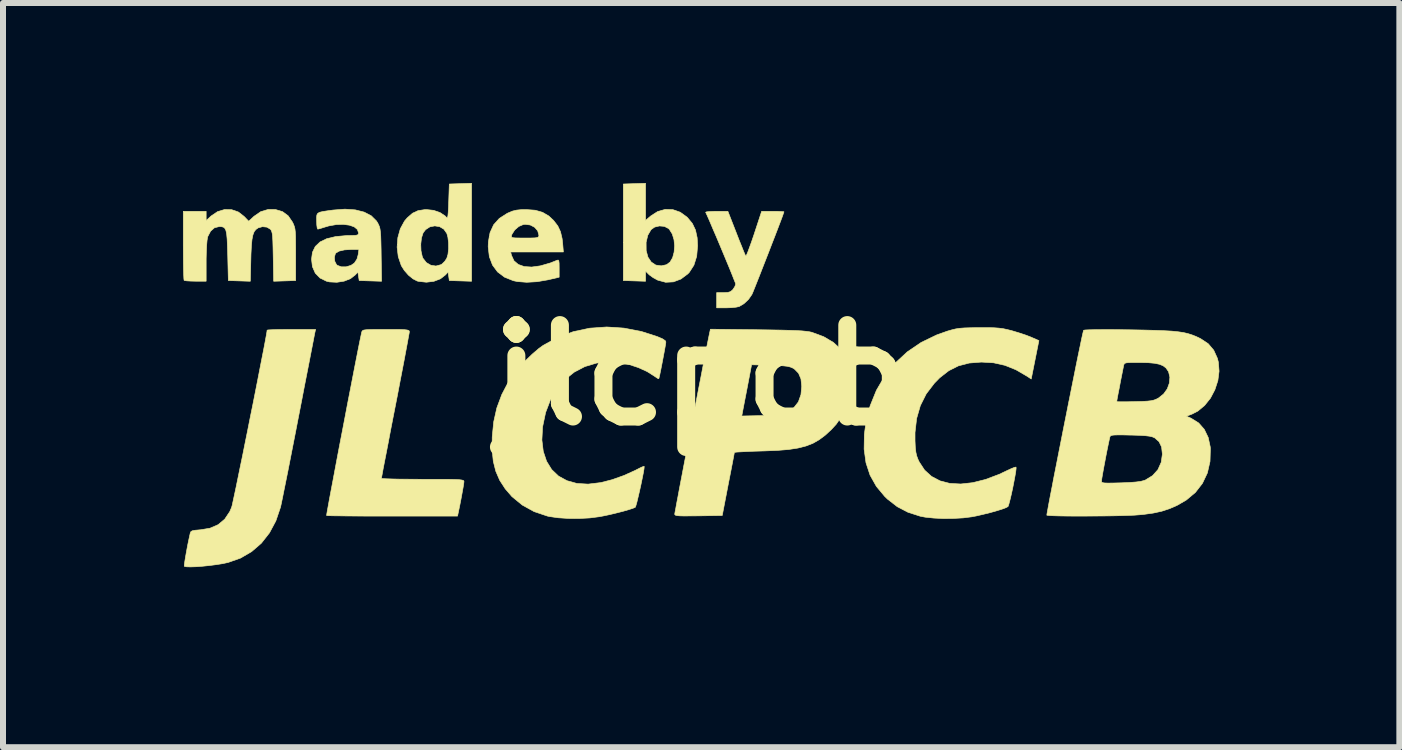
<source format=kicad_pcb>
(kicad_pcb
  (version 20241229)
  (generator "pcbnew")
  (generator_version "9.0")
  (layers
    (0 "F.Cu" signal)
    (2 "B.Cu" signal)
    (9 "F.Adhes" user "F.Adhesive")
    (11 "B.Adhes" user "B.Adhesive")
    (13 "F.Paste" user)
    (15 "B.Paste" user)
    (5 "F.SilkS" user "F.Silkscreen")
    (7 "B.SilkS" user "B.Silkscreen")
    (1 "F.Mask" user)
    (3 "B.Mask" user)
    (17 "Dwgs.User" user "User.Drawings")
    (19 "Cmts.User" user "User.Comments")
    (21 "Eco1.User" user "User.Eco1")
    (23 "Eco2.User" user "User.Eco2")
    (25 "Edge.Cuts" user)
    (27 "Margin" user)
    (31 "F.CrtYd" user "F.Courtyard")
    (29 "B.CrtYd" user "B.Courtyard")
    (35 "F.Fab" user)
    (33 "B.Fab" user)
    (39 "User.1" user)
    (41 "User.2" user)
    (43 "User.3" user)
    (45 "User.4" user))
  (footprint "jlcpcb"
    (layer "F.Cu")
    (at 8.641 3.203)
    (property "Reference" "jlcpcb" (at 0 0 0) (layer "F.SilkS") (effects (font (size 1.524 1.524) (thickness 0.3))))
    (attr exclude_from_pos_files exclude_from_bom)
    (fp_poly (pts (xy -0.931 -2.579) (xy -0.845 -2.653) (xy -0.728 -2.728) (xy -0.603 -2.763) (xy -0.476 -2.759) (xy -0.353 -2.716) (xy -0.24 -2.634) (xy -0.232 -2.626) (xy -0.151 -2.528) (xy -0.099 -2.419) (xy -0.071 -2.29) (xy -0.064 -2.156) (xy -0.079 -1.981) (xy -0.125 -1.834) (xy -0.202 -1.714) (xy -0.227 -1.688) (xy -0.342 -1.602) (xy -0.467 -1.555) (xy -0.596 -1.548) (xy -0.726 -1.583) (xy -0.735 -1.587) (xy -0.804 -1.625) (xy -0.865 -1.669) (xy -0.878 -1.681) (xy -0.931 -1.734) (xy -0.931 -1.565) (xy -1.117 -1.571) (xy -1.302 -1.577) (xy -1.302 -2.213) (xy -0.922 -2.213) (xy -0.921 -2.08) (xy -0.921 -2.077) (xy -0.891 -1.966) (xy -0.836 -1.885) (xy -0.761 -1.835) (xy -0.67 -1.822) (xy -0.582 -1.841) (xy -0.523 -1.885) (xy -0.48 -1.958) (xy -0.455 -2.051) (xy -0.447 -2.155) (xy -0.457 -2.258) (xy -0.486 -2.353) (xy -0.534 -2.43) (xy -0.55 -2.445) (xy -0.618 -2.48) (xy -0.7 -2.487) (xy -0.78 -2.468) (xy -0.839 -2.426) (xy -0.894 -2.332) (xy -0.922 -2.213) (xy -1.302 -2.213) (xy -1.302 -3.186) (xy -1.117 -3.192) (xy -0.931 -3.198) (xy -0.931 -2.579)) (stroke (width 0.01) (type solid)) (fill yes) (layer "F.SilkS"))
    (fp_poly (pts (xy -3.831 -1.565) (xy -4.016 -1.571) (xy -4.202 -1.577) (xy -4.212 -1.648) (xy -4.223 -1.719) (xy -4.265 -1.672) (xy -4.35 -1.606) (xy -4.46 -1.564) (xy -4.584 -1.549) (xy -4.712 -1.563) (xy -4.737 -1.569) (xy -4.807 -1.605) (xy -4.883 -1.667) (xy -4.952 -1.746) (xy -5.002 -1.825) (xy -5.053 -1.975) (xy -5.072 -2.133) (xy -5.068 -2.182) (xy -4.678 -2.182) (xy -4.674 -2.073) (xy -4.653 -1.977) (xy -4.641 -1.948) (xy -4.585 -1.876) (xy -4.509 -1.832) (xy -4.425 -1.819) (xy -4.343 -1.841) (xy -4.323 -1.853) (xy -4.278 -1.897) (xy -4.244 -1.948) (xy -4.224 -2.015) (xy -4.214 -2.107) (xy -4.215 -2.207) (xy -4.226 -2.301) (xy -4.243 -2.362) (xy -4.293 -2.433) (xy -4.363 -2.475) (xy -4.444 -2.488) (xy -4.526 -2.472) (xy -4.597 -2.426) (xy -4.639 -2.371) (xy -4.666 -2.287) (xy -4.678 -2.182) (xy -5.068 -2.182) (xy -5.06 -2.291) (xy -5.019 -2.439) (xy -4.949 -2.568) (xy -4.904 -2.621) (xy -4.815 -2.699) (xy -4.723 -2.742) (xy -4.612 -2.759) (xy -4.583 -2.76) (xy -4.463 -2.747) (xy -4.355 -2.709) (xy -4.271 -2.653) (xy -4.253 -2.633) (xy -4.241 -2.623) (xy -4.232 -2.63) (xy -4.225 -2.659) (xy -4.22 -2.716) (xy -4.215 -2.806) (xy -4.212 -2.891) (xy -4.202 -3.186) (xy -4.016 -3.192) (xy -3.831 -3.198) (xy -3.831 -1.565)) (stroke (width 0.01) (type solid)) (fill yes) (layer "F.SilkS"))
    (fp_poly (pts (xy -2.77 -2.749) (xy -2.648 -2.714) (xy -2.544 -2.653) (xy -2.464 -2.578) (xy -2.394 -2.487) (xy -2.349 -2.391) (xy -2.322 -2.276) (xy -2.313 -2.198) (xy -2.301 -2.053) (xy -3.18 -2.053) (xy -3.165 -1.995) (xy -3.124 -1.906) (xy -3.052 -1.845) (xy -2.953 -1.81) (xy -2.829 -1.802) (xy -2.684 -1.822) (xy -2.521 -1.869) (xy -2.408 -1.914) (xy -2.388 -1.919) (xy -2.377 -1.906) (xy -2.372 -1.867) (xy -2.371 -1.794) (xy -2.371 -1.782) (xy -2.371 -1.633) (xy -2.558 -1.589) (xy -2.738 -1.558) (xy -2.911 -1.548) (xy -3.066 -1.56) (xy -3.134 -1.574) (xy -3.281 -1.633) (xy -3.397 -1.72) (xy -3.482 -1.835) (xy -3.535 -1.975) (xy -3.554 -2.14) (xy -3.551 -2.22) (xy -3.535 -2.313) (xy -3.168 -2.313) (xy -3.164 -2.299) (xy -3.142 -2.291) (xy -3.097 -2.287) (xy -3.022 -2.286) (xy -2.944 -2.286) (xy -2.842 -2.286) (xy -2.774 -2.288) (xy -2.735 -2.294) (xy -2.716 -2.304) (xy -2.71 -2.32) (xy -2.709 -2.334) (xy -2.729 -2.406) (xy -2.78 -2.465) (xy -2.853 -2.503) (xy -2.939 -2.514) (xy -2.97 -2.51) (xy -3.043 -2.479) (xy -3.111 -2.421) (xy -3.157 -2.35) (xy -3.163 -2.334) (xy -3.168 -2.313) (xy -3.535 -2.313) (xy -3.523 -2.376) (xy -3.463 -2.507) (xy -3.368 -2.613) (xy -3.237 -2.697) (xy -3.217 -2.706) (xy -3.147 -2.735) (xy -3.08 -2.751) (xy -3 -2.759) (xy -2.921 -2.76) (xy -2.77 -2.749)) (stroke (width 0.01) (type solid)) (fill yes) (layer "F.SilkS"))
    (fp_poly (pts (xy 0.584 -2.365) (xy 0.629 -2.249) (xy 0.671 -2.146) (xy 0.704 -2.063) (xy 0.728 -2.007) (xy 0.739 -1.985) (xy 0.75 -1.999) (xy 0.771 -2.047) (xy 0.8 -2.125) (xy 0.836 -2.224) (xy 0.876 -2.341) (xy 0.879 -2.35) (xy 1.004 -2.731) (xy 1.19 -2.731) (xy 1.273 -2.73) (xy 1.337 -2.727) (xy 1.372 -2.724) (xy 1.376 -2.722) (xy 1.368 -2.699) (xy 1.348 -2.642) (xy 1.316 -2.557) (xy 1.275 -2.449) (xy 1.227 -2.324) (xy 1.174 -2.188) (xy 1.119 -2.045) (xy 1.063 -1.902) (xy 1.009 -1.764) (xy 0.959 -1.636) (xy 0.915 -1.525) (xy 0.879 -1.435) (xy 0.854 -1.373) (xy 0.841 -1.344) (xy 0.784 -1.262) (xy 0.708 -1.191) (xy 0.629 -1.144) (xy 0.628 -1.144) (xy 0.577 -1.133) (xy 0.501 -1.125) (xy 0.414 -1.122) (xy 0.411 -1.122) (xy 0.254 -1.122) (xy 0.254 -1.376) (xy 0.369 -1.376) (xy 0.44 -1.379) (xy 0.484 -1.392) (xy 0.517 -1.419) (xy 0.528 -1.432) (xy 0.558 -1.479) (xy 0.571 -1.517) (xy 0.572 -1.518) (xy 0.564 -1.542) (xy 0.541 -1.599) (xy 0.508 -1.683) (xy 0.465 -1.789) (xy 0.415 -1.909) (xy 0.361 -2.039) (xy 0.305 -2.173) (xy 0.25 -2.304) (xy 0.197 -2.426) (xy 0.151 -2.535) (xy 0.113 -2.623) (xy 0.085 -2.685) (xy 0.07 -2.715) (xy 0.086 -2.722) (xy 0.134 -2.727) (xy 0.208 -2.73) (xy 0.251 -2.731) (xy 0.441 -2.731) (xy 0.584 -2.365)) (stroke (width 0.01) (type solid)) (fill yes) (layer "F.SilkS"))
    (fp_poly (pts (xy -7.1 -2.761) (xy -6.981 -2.725) (xy -6.888 -2.656) (xy -6.816 -2.551) (xy -6.816 -2.551) (xy -6.798 -2.513) (xy -6.785 -2.478) (xy -6.775 -2.438) (xy -6.769 -2.387) (xy -6.765 -2.318) (xy -6.764 -2.223) (xy -6.763 -2.097) (xy -6.763 -2.011) (xy -6.763 -1.577) (xy -7.13 -1.565) (xy -7.137 -1.976) (xy -7.14 -2.12) (xy -7.143 -2.227) (xy -7.147 -2.305) (xy -7.153 -2.358) (xy -7.162 -2.394) (xy -7.173 -2.418) (xy -7.184 -2.432) (xy -7.242 -2.467) (xy -7.316 -2.475) (xy -7.388 -2.455) (xy -7.426 -2.428) (xy -7.455 -2.391) (xy -7.476 -2.336) (xy -7.491 -2.26) (xy -7.501 -2.155) (xy -7.508 -2.016) (xy -7.51 -1.931) (xy -7.519 -1.565) (xy -7.702 -1.571) (xy -7.885 -1.577) (xy -7.895 -1.992) (xy -7.9 -2.147) (xy -7.905 -2.265) (xy -7.913 -2.351) (xy -7.925 -2.41) (xy -7.943 -2.447) (xy -7.967 -2.467) (xy -8 -2.475) (xy -8.036 -2.477) (xy -8.116 -2.457) (xy -8.181 -2.4) (xy -8.227 -2.312) (xy -8.232 -2.294) (xy -8.24 -2.244) (xy -8.247 -2.161) (xy -8.252 -2.056) (xy -8.255 -1.938) (xy -8.255 -1.889) (xy -8.255 -1.566) (xy -8.431 -1.566) (xy -8.514 -1.568) (xy -8.58 -1.572) (xy -8.617 -1.578) (xy -8.622 -1.58) (xy -8.626 -1.605) (xy -8.629 -1.665) (xy -8.632 -1.757) (xy -8.634 -1.874) (xy -8.635 -2.011) (xy -8.636 -2.162) (xy -8.636 -2.731) (xy -8.255 -2.731) (xy -8.255 -2.577) (xy -8.172 -2.653) (xy -8.064 -2.726) (xy -7.947 -2.761) (xy -7.829 -2.758) (xy -7.717 -2.719) (xy -7.622 -2.645) (xy -7.546 -2.566) (xy -7.458 -2.647) (xy -7.345 -2.725) (xy -7.221 -2.762) (xy -7.1 -2.761)) (stroke (width 0.01) (type solid)) (fill yes) (layer "F.SilkS"))
    (fp_poly (pts (xy -5.769 -2.755) (xy -5.622 -2.718) (xy -5.504 -2.657) (xy -5.418 -2.572) (xy -5.397 -2.54) (xy -5.38 -2.506) (xy -5.366 -2.473) (xy -5.357 -2.435) (xy -5.35 -2.384) (xy -5.345 -2.315) (xy -5.342 -2.22) (xy -5.339 -2.093) (xy -5.338 -2.005) (xy -5.331 -1.565) (xy -5.518 -1.571) (xy -5.704 -1.577) (xy -5.715 -1.648) (xy -5.726 -1.719) (xy -5.768 -1.672) (xy -5.849 -1.609) (xy -5.955 -1.567) (xy -6.076 -1.548) (xy -6.197 -1.554) (xy -6.249 -1.566) (xy -6.357 -1.619) (xy -6.436 -1.7) (xy -6.484 -1.809) (xy -6.498 -1.93) (xy -6.494 -1.966) (xy -6.118 -1.966) (xy -6.111 -1.898) (xy -6.083 -1.843) (xy -6.07 -1.831) (xy -6.003 -1.806) (xy -5.921 -1.806) (xy -5.841 -1.83) (xy -5.785 -1.868) (xy -5.741 -1.935) (xy -5.721 -2.008) (xy -5.709 -2.095) (xy -5.838 -2.095) (xy -5.95 -2.088) (xy -6.037 -2.068) (xy -6.092 -2.036) (xy -6.101 -2.025) (xy -6.118 -1.966) (xy -6.494 -1.966) (xy -6.483 -2.048) (xy -6.436 -2.145) (xy -6.357 -2.22) (xy -6.244 -2.275) (xy -6.096 -2.31) (xy -5.911 -2.327) (xy -5.837 -2.328) (xy -5.768 -2.33) (xy -5.731 -2.337) (xy -5.717 -2.354) (xy -5.715 -2.371) (xy -5.734 -2.428) (xy -5.787 -2.472) (xy -5.868 -2.5) (xy -5.969 -2.513) (xy -6.085 -2.51) (xy -6.209 -2.488) (xy -6.294 -2.463) (xy -6.35 -2.445) (xy -6.389 -2.435) (xy -6.395 -2.434) (xy -6.404 -2.453) (xy -6.411 -2.504) (xy -6.413 -2.569) (xy -6.414 -2.629) (xy -6.41 -2.67) (xy -6.395 -2.697) (xy -6.363 -2.715) (xy -6.308 -2.728) (xy -6.221 -2.741) (xy -6.139 -2.752) (xy -5.942 -2.767) (xy -5.769 -2.755)) (stroke (width 0.01) (type solid)) (fill yes) (layer "F.SilkS"))
    (fp_poly (pts (xy -6.444 -0.704) (xy -6.45 -0.673) (xy -6.463 -0.605) (xy -6.483 -0.502) (xy -6.509 -0.369) (xy -6.54 -0.209) (xy -6.576 -0.025) (xy -6.616 0.178) (xy -6.658 0.397) (xy -6.703 0.629) (xy -6.719 0.71) (xy -6.765 0.948) (xy -6.81 1.177) (xy -6.852 1.392) (xy -6.891 1.591) (xy -6.927 1.769) (xy -6.958 1.922) (xy -6.983 2.047) (xy -7.002 2.139) (xy -7.014 2.194) (xy -7.016 2.202) (xy -7.093 2.429) (xy -7.2 2.629) (xy -7.335 2.801) (xy -7.497 2.941) (xy -7.682 3.049) (xy -7.886 3.121) (xy -7.977 3.141) (xy -8.084 3.158) (xy -8.2 3.173) (xy -8.316 3.185) (xy -8.424 3.193) (xy -8.516 3.196) (xy -8.583 3.194) (xy -8.618 3.186) (xy -8.619 3.185) (xy -8.619 3.162) (xy -8.611 3.106) (xy -8.598 3.026) (xy -8.581 2.93) (xy -8.562 2.828) (xy -8.541 2.728) (xy -8.521 2.637) (xy -8.52 2.633) (xy -8.51 2.609) (xy -8.486 2.594) (xy -8.439 2.585) (xy -8.361 2.578) (xy -8.354 2.578) (xy -8.191 2.551) (xy -8.055 2.492) (xy -7.945 2.4) (xy -7.861 2.274) (xy -7.831 2.204) (xy -7.822 2.173) (xy -7.807 2.104) (xy -7.785 2.002) (xy -7.757 1.871) (xy -7.725 1.715) (xy -7.689 1.539) (xy -7.649 1.347) (xy -7.608 1.142) (xy -7.565 0.93) (xy -7.522 0.713) (xy -7.478 0.497) (xy -7.436 0.285) (xy -7.396 0.082) (xy -7.359 -0.109) (xy -7.325 -0.283) (xy -7.295 -0.435) (xy -7.271 -0.562) (xy -7.253 -0.66) (xy -7.242 -0.724) (xy -7.239 -0.75) (xy -7.219 -0.754) (xy -7.163 -0.757) (xy -7.078 -0.76) (xy -6.97 -0.761) (xy -6.845 -0.762) (xy -6.835 -0.762) (xy -6.431 -0.762) (xy -6.444 -0.704)) (stroke (width 0.01) (type solid)) (fill yes) (layer "F.SilkS"))
    (fp_poly (pts (xy -5.122 -0.762) (xy -5.02 -0.761) (xy -4.95 -0.758) (xy -4.906 -0.753) (xy -4.881 -0.746) (xy -4.87 -0.736) (xy -4.868 -0.724) (xy -4.872 -0.697) (xy -4.884 -0.632) (xy -4.902 -0.533) (xy -4.926 -0.404) (xy -4.955 -0.249) (xy -4.989 -0.072) (xy -5.027 0.125) (xy -5.067 0.336) (xy -5.101 0.509) (xy -5.144 0.728) (xy -5.184 0.934) (xy -5.22 1.125) (xy -5.253 1.296) (xy -5.282 1.443) (xy -5.305 1.562) (xy -5.321 1.651) (xy -5.331 1.704) (xy -5.334 1.72) (xy -5.314 1.724) (xy -5.256 1.727) (xy -5.166 1.73) (xy -5.048 1.733) (xy -4.908 1.734) (xy -4.751 1.735) (xy -4.646 1.736) (xy -4.457 1.736) (xy -4.307 1.736) (xy -4.19 1.737) (xy -4.102 1.739) (xy -4.04 1.742) (xy -3.999 1.747) (xy -3.974 1.753) (xy -3.962 1.76) (xy -3.958 1.77) (xy -3.958 1.775) (xy -3.962 1.81) (xy -3.973 1.877) (xy -3.989 1.966) (xy -4.008 2.07) (xy -4.029 2.177) (xy -4.05 2.279) (xy -4.055 2.302) (xy -4.065 2.349) (xy -5.151 2.349) (xy -5.361 2.349) (xy -5.559 2.349) (xy -5.739 2.348) (xy -5.898 2.347) (xy -6.032 2.345) (xy -6.138 2.344) (xy -6.21 2.342) (xy -6.245 2.34) (xy -6.247 2.339) (xy -6.245 2.318) (xy -6.235 2.259) (xy -6.218 2.166) (xy -6.196 2.044) (xy -6.168 1.896) (xy -6.136 1.727) (xy -6.101 1.54) (xy -6.063 1.338) (xy -6.023 1.128) (xy -5.981 0.911) (xy -5.939 0.692) (xy -5.898 0.476) (xy -5.857 0.266) (xy -5.818 0.065) (xy -5.782 -0.121) (xy -5.749 -0.289) (xy -5.72 -0.436) (xy -5.696 -0.556) (xy -5.677 -0.647) (xy -5.665 -0.704) (xy -5.663 -0.714) (xy -5.657 -0.731) (xy -5.647 -0.743) (xy -5.626 -0.752) (xy -5.588 -0.757) (xy -5.528 -0.76) (xy -5.44 -0.762) (xy -5.317 -0.762) (xy -5.26 -0.762) (xy -5.122 -0.762)) (stroke (width 0.01) (type solid)) (fill yes) (layer "F.SilkS"))
    (fp_poly (pts (xy 4.771 -0.792) (xy 4.875 -0.79) (xy 4.957 -0.784) (xy 5.028 -0.775) (xy 5.098 -0.76) (xy 5.178 -0.74) (xy 5.187 -0.737) (xy 5.29 -0.706) (xy 5.394 -0.672) (xy 5.481 -0.639) (xy 5.507 -0.628) (xy 5.625 -0.576) (xy 5.561 -0.256) (xy 5.497 0.064) (xy 5.431 0.02) (xy 5.242 -0.09) (xy 5.058 -0.164) (xy 4.87 -0.206) (xy 4.667 -0.218) (xy 4.463 -0.202) (xy 4.283 -0.155) (xy 4.122 -0.074) (xy 3.971 0.044) (xy 3.883 0.134) (xy 3.747 0.312) (xy 3.649 0.507) (xy 3.587 0.721) (xy 3.56 0.956) (xy 3.56 1.096) (xy 3.565 1.205) (xy 3.574 1.283) (xy 3.588 1.345) (xy 3.61 1.404) (xy 3.63 1.446) (xy 3.72 1.583) (xy 3.836 1.688) (xy 3.977 1.762) (xy 4.139 1.804) (xy 4.322 1.814) (xy 4.522 1.792) (xy 4.737 1.738) (xy 4.965 1.652) (xy 5.087 1.594) (xy 5.158 1.561) (xy 5.212 1.539) (xy 5.242 1.532) (xy 5.244 1.532) (xy 5.245 1.557) (xy 5.238 1.615) (xy 5.224 1.695) (xy 5.206 1.791) (xy 5.186 1.893) (xy 5.164 1.992) (xy 5.143 2.08) (xy 5.125 2.148) (xy 5.112 2.186) (xy 5.109 2.191) (xy 5.075 2.209) (xy 5.008 2.234) (xy 4.917 2.262) (xy 4.81 2.292) (xy 4.696 2.32) (xy 4.584 2.346) (xy 4.506 2.361) (xy 4.364 2.379) (xy 4.202 2.388) (xy 4.034 2.39) (xy 3.873 2.382) (xy 3.73 2.367) (xy 3.647 2.351) (xy 3.442 2.285) (xy 3.264 2.192) (xy 3.103 2.067) (xy 3.057 2.023) (xy 2.916 1.854) (xy 2.811 1.667) (xy 2.743 1.461) (xy 2.712 1.234) (xy 2.716 0.986) (xy 2.741 0.797) (xy 2.811 0.514) (xy 2.917 0.252) (xy 3.057 0.013) (xy 3.229 -0.201) (xy 3.431 -0.388) (xy 3.662 -0.545) (xy 3.92 -0.67) (xy 4.097 -0.733) (xy 4.173 -0.755) (xy 4.239 -0.771) (xy 4.305 -0.781) (xy 4.383 -0.787) (xy 4.481 -0.79) (xy 4.609 -0.792) (xy 4.636 -0.792) (xy 4.771 -0.792)) (stroke (width 0.01) (type solid)) (fill yes) (layer "F.SilkS"))
    (fp_poly (pts (xy -1.29 -0.784) (xy -0.997 -0.727) (xy -0.736 -0.643) (xy -0.649 -0.606) (xy -0.602 -0.574) (xy -0.593 -0.554) (xy -0.596 -0.523) (xy -0.607 -0.461) (xy -0.622 -0.378) (xy -0.64 -0.282) (xy -0.659 -0.183) (xy -0.677 -0.091) (xy -0.693 -0.013) (xy -0.705 0.04) (xy -0.711 0.06) (xy -0.73 0.053) (xy -0.769 0.027) (xy -0.788 0.014) (xy -0.905 -0.06) (xy -1.05 -0.126) (xy -1.207 -0.178) (xy -1.325 -0.204) (xy -1.544 -0.223) (xy -1.75 -0.201) (xy -1.943 -0.143) (xy -2.119 -0.051) (xy -2.275 0.074) (xy -2.408 0.23) (xy -2.517 0.413) (xy -2.597 0.622) (xy -2.646 0.855) (xy -2.648 0.868) (xy -2.659 1.081) (xy -2.636 1.271) (xy -2.581 1.435) (xy -2.496 1.573) (xy -2.382 1.682) (xy -2.241 1.759) (xy -2.076 1.805) (xy -1.888 1.816) (xy -1.68 1.791) (xy -1.674 1.79) (xy -1.487 1.742) (xy -1.291 1.672) (xy -1.105 1.588) (xy -1.064 1.567) (xy -1.005 1.537) (xy -0.965 1.521) (xy -0.953 1.521) (xy -0.957 1.563) (xy -0.969 1.633) (xy -0.987 1.723) (xy -1.008 1.825) (xy -1.031 1.929) (xy -1.054 2.027) (xy -1.074 2.111) (xy -1.091 2.172) (xy -1.102 2.202) (xy -1.104 2.203) (xy -1.144 2.22) (xy -1.216 2.243) (xy -1.31 2.27) (xy -1.417 2.297) (xy -1.528 2.324) (xy -1.632 2.346) (xy -1.701 2.359) (xy -1.863 2.38) (xy -2.04 2.389) (xy -2.22 2.388) (xy -2.389 2.377) (xy -2.533 2.356) (xy -2.566 2.349) (xy -2.789 2.274) (xy -2.986 2.165) (xy -3.158 2.024) (xy -3.27 1.894) (xy -3.362 1.752) (xy -3.427 1.602) (xy -3.469 1.436) (xy -3.488 1.247) (xy -3.487 1.031) (xy -3.462 0.778) (xy -3.41 0.546) (xy -3.327 0.323) (xy -3.209 0.097) (xy -3.209 0.097) (xy -3.139 -0.005) (xy -3.044 -0.12) (xy -2.935 -0.239) (xy -2.82 -0.35) (xy -2.71 -0.444) (xy -2.638 -0.496) (xy -2.395 -0.629) (xy -2.135 -0.725) (xy -1.862 -0.783) (xy -1.579 -0.803) (xy -1.29 -0.784)) (stroke (width 0.01) (type solid)) (fill yes) (layer "F.SilkS"))
    (fp_poly (pts (xy 0.938 -0.757) (xy 1.152 -0.754) (xy 1.328 -0.751) (xy 1.471 -0.747) (xy 1.584 -0.743) (xy 1.674 -0.738) (xy 1.743 -0.731) (xy 1.796 -0.724) (xy 1.838 -0.715) (xy 1.847 -0.712) (xy 2.038 -0.641) (xy 2.199 -0.546) (xy 2.327 -0.429) (xy 2.421 -0.291) (xy 2.427 -0.278) (xy 2.458 -0.203) (xy 2.478 -0.126) (xy 2.489 -0.032) (xy 2.493 0.033) (xy 2.487 0.258) (xy 2.444 0.462) (xy 2.364 0.648) (xy 2.246 0.819) (xy 2.164 0.908) (xy 2.063 1.001) (xy 1.963 1.076) (xy 1.858 1.136) (xy 1.742 1.181) (xy 1.609 1.215) (xy 1.453 1.239) (xy 1.268 1.254) (xy 1.048 1.263) (xy 1.011 1.264) (xy 0.876 1.268) (xy 0.757 1.273) (xy 0.659 1.278) (xy 0.589 1.282) (xy 0.553 1.287) (xy 0.549 1.289) (xy 0.545 1.312) (xy 0.534 1.372) (xy 0.517 1.461) (xy 0.495 1.575) (xy 0.469 1.707) (xy 0.447 1.82) (xy 0.347 2.339) (xy -0.049 2.345) (xy -0.188 2.346) (xy -0.29 2.347) (xy -0.361 2.345) (xy -0.407 2.341) (xy -0.432 2.334) (xy -0.443 2.325) (xy -0.445 2.315) (xy -0.441 2.29) (xy -0.429 2.228) (xy -0.412 2.133) (xy -0.388 2.008) (xy -0.36 1.857) (xy -0.327 1.685) (xy -0.291 1.496) (xy -0.252 1.293) (xy -0.211 1.082) (xy -0.17 0.864) (xy -0.134 0.681) (xy 0.672 0.681) (xy 1.008 0.674) (xy 1.139 0.67) (xy 1.235 0.666) (xy 1.305 0.659) (xy 1.357 0.65) (xy 1.397 0.636) (xy 1.429 0.621) (xy 1.54 0.543) (xy 1.616 0.446) (xy 1.659 0.325) (xy 1.672 0.186) (xy 1.659 0.062) (xy 1.619 -0.032) (xy 1.55 -0.102) (xy 1.52 -0.12) (xy 1.481 -0.136) (xy 1.43 -0.148) (xy 1.358 -0.156) (xy 1.258 -0.162) (xy 1.143 -0.166) (xy 0.836 -0.173) (xy 0.766 0.194) (xy 0.742 0.318) (xy 0.72 0.431) (xy 0.702 0.525) (xy 0.689 0.592) (xy 0.684 0.621) (xy 0.672 0.681) (xy -0.134 0.681) (xy -0.128 0.646) (xy -0.086 0.43) (xy -0.046 0.221) (xy -0.007 0.023) (xy 0.028 -0.16) (xy 0.061 -0.324) (xy 0.088 -0.466) (xy 0.111 -0.58) (xy 0.128 -0.664) (xy 0.138 -0.713) (xy 0.139 -0.716) (xy 0.15 -0.766) (xy 0.938 -0.757)) (stroke (width 0.01) (type solid)) (fill yes) (layer "F.SilkS"))
    (fp_poly (pts (xy 6.855 -0.759) (xy 7.041 -0.757) (xy 7.137 -0.756) (xy 7.364 -0.752) (xy 7.553 -0.747) (xy 7.71 -0.741) (xy 7.839 -0.734) (xy 7.946 -0.723) (xy 8.035 -0.71) (xy 8.111 -0.692) (xy 8.18 -0.67) (xy 8.246 -0.644) (xy 8.314 -0.611) (xy 8.319 -0.609) (xy 8.446 -0.525) (xy 8.539 -0.416) (xy 8.6 -0.281) (xy 8.616 -0.218) (xy 8.628 -0.066) (xy 8.608 0.09) (xy 8.558 0.243) (xy 8.484 0.384) (xy 8.387 0.505) (xy 8.274 0.599) (xy 8.181 0.647) (xy 8.084 0.684) (xy 8.165 0.72) (xy 8.288 0.797) (xy 8.382 0.904) (xy 8.447 1.039) (xy 8.481 1.197) (xy 8.483 1.228) (xy 8.477 1.438) (xy 8.433 1.63) (xy 8.351 1.803) (xy 8.234 1.954) (xy 8.081 2.082) (xy 7.931 2.169) (xy 7.801 2.226) (xy 7.672 2.268) (xy 7.53 2.299) (xy 7.364 2.322) (xy 7.292 2.328) (xy 7.214 2.334) (xy 7.108 2.338) (xy 6.981 2.342) (xy 6.838 2.345) (xy 6.685 2.347) (xy 6.527 2.348) (xy 6.369 2.349) (xy 6.218 2.349) (xy 6.08 2.348) (xy 5.959 2.346) (xy 5.862 2.343) (xy 5.793 2.339) (xy 5.76 2.335) (xy 5.757 2.333) (xy 5.761 2.304) (xy 5.773 2.238) (xy 5.791 2.139) (xy 5.815 2.012) (xy 5.845 1.859) (xy 5.862 1.769) (xy 6.668 1.769) (xy 6.671 1.783) (xy 6.687 1.792) (xy 6.72 1.797) (xy 6.776 1.799) (xy 6.863 1.798) (xy 6.986 1.795) (xy 6.99 1.795) (xy 7.133 1.789) (xy 7.241 1.781) (xy 7.32 1.771) (xy 7.377 1.756) (xy 7.398 1.749) (xy 7.519 1.675) (xy 7.609 1.575) (xy 7.664 1.452) (xy 7.683 1.317) (xy 7.67 1.197) (xy 7.627 1.108) (xy 7.555 1.045) (xy 7.551 1.043) (xy 7.515 1.028) (xy 7.466 1.017) (xy 7.398 1.009) (xy 7.303 1.003) (xy 7.174 0.999) (xy 7.151 0.999) (xy 7.025 0.996) (xy 6.936 0.996) (xy 6.876 0.998) (xy 6.839 1.003) (xy 6.819 1.012) (xy 6.81 1.025) (xy 6.808 1.03) (xy 6.799 1.07) (xy 6.784 1.14) (xy 6.765 1.232) (xy 6.744 1.338) (xy 6.723 1.449) (xy 6.703 1.555) (xy 6.686 1.649) (xy 6.674 1.721) (xy 6.668 1.764) (xy 6.668 1.769) (xy 5.862 1.769) (xy 5.878 1.685) (xy 5.916 1.494) (xy 5.956 1.29) (xy 5.998 1.077) (xy 6.041 0.859) (xy 6.085 0.639) (xy 6.124 0.441) (xy 6.922 0.441) (xy 6.941 0.443) (xy 6.996 0.444) (xy 7.078 0.444) (xy 7.18 0.442) (xy 7.223 0.441) (xy 7.345 0.438) (xy 7.433 0.433) (xy 7.496 0.426) (xy 7.544 0.415) (xy 7.584 0.399) (xy 7.619 0.381) (xy 7.703 0.314) (xy 7.765 0.228) (xy 7.8 0.131) (xy 7.808 0.033) (xy 7.786 -0.058) (xy 7.743 -0.12) (xy 7.696 -0.156) (xy 7.636 -0.181) (xy 7.555 -0.198) (xy 7.445 -0.208) (xy 7.301 -0.211) (xy 7.287 -0.211) (xy 7.184 -0.211) (xy 7.115 -0.209) (xy 7.074 -0.204) (xy 7.052 -0.193) (xy 7.042 -0.177) (xy 7.038 -0.164) (xy 7.031 -0.128) (xy 7.018 -0.062) (xy 7.001 0.023) (xy 6.982 0.119) (xy 6.964 0.216) (xy 6.946 0.306) (xy 6.932 0.38) (xy 6.924 0.428) (xy 6.922 0.441) (xy 6.124 0.441) (xy 6.128 0.423) (xy 6.17 0.213) (xy 6.21 0.014) (xy 6.247 -0.171) (xy 6.281 -0.337) (xy 6.311 -0.48) (xy 6.335 -0.597) (xy 6.354 -0.683) (xy 6.366 -0.734) (xy 6.37 -0.748) (xy 6.396 -0.753) (xy 6.461 -0.756) (xy 6.561 -0.758) (xy 6.694 -0.759) (xy 6.855 -0.759)) (stroke (width 0.01) (type solid)) (fill yes) (layer "F.SilkS")))
  (gr_rect
    (start -3 -3)
    (end 20.274 9.404)
    (stroke (width 0.1) (type default))
    (fill no)
    (layer "Edge.Cuts")))
</source>
